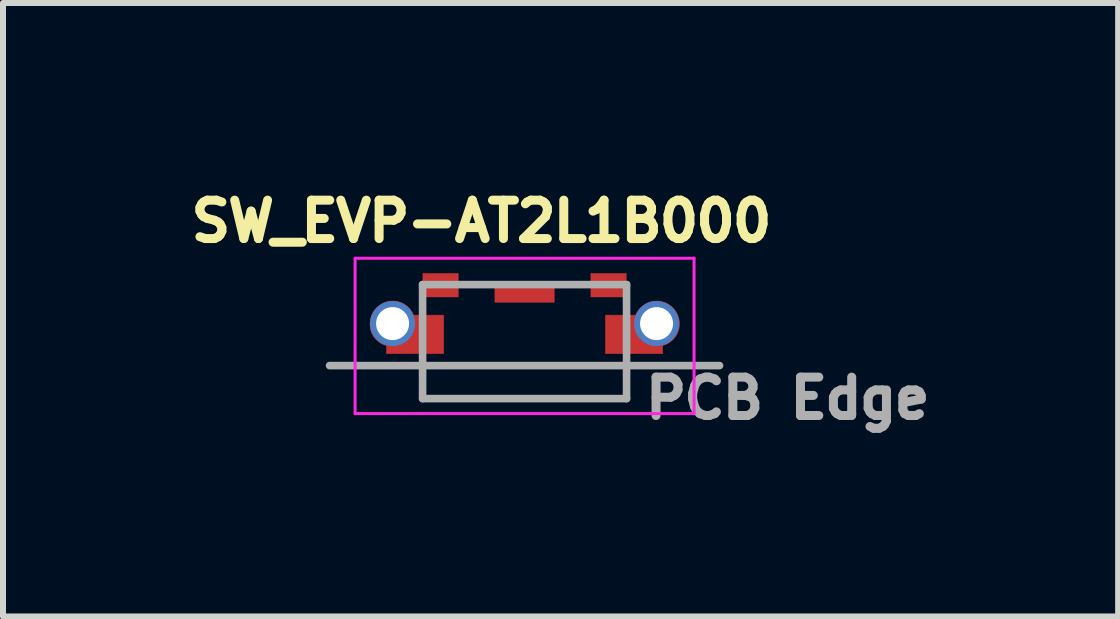
<source format=kicad_pcb>
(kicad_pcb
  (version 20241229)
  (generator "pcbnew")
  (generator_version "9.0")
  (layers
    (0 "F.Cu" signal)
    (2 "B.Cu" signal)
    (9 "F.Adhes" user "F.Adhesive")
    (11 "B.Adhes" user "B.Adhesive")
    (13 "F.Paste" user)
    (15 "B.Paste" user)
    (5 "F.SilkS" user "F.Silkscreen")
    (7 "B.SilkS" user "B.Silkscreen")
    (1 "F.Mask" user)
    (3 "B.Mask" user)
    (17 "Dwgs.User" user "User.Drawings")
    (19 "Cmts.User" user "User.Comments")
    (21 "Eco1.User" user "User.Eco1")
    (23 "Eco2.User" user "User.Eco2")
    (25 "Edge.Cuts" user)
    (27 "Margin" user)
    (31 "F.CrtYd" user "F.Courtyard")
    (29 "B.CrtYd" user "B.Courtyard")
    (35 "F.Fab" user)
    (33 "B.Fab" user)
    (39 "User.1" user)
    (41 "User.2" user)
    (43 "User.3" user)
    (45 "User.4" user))
  (footprint "SW_EVP-AT2L1B000"
    (layer "F.Cu")
    (at 5.694 3.044)
    (property "Reference" "SW_EVP-AT2L1B000" (at -0.718 -2.406 0) (layer "F.SilkS") (effects (font (size 0.64 0.64) (thickness 0.15))))
    (attr smd)
    (fp_poly (pts (xy -2.3 -0.325) (xy -2.215 -0.325) (xy -2.235 -0.326) (xy -2.254 -0.327) (xy -2.274 -0.33) (xy -2.293 -0.334) (xy -2.312 -0.338) (xy -2.331 -0.344) (xy -2.35 -0.351) (xy -2.368 -0.359) (xy -2.386 -0.368) (xy -2.403 -0.378) (xy -2.419 -0.388) (xy -2.435 -0.4) (xy -2.45 -0.412) (xy -2.465 -0.426) (xy -2.479 -0.44) (xy -2.492 -0.455) (xy -2.504 -0.47) (xy -2.516 -0.486) (xy -2.526 -0.503) (xy -2.536 -0.52) (xy -2.544 -0.538) (xy -2.552 -0.556) (xy -2.558 -0.575) (xy -2.564 -0.594) (xy -2.568 -0.613) (xy -2.572 -0.632) (xy -2.574 -0.652) (xy -2.576 -0.672) (xy -2.576 -0.691) (xy -2.575 -0.71) (xy -2.573 -0.731) (xy -2.571 -0.749) (xy -2.568 -0.768) (xy -2.564 -0.786) (xy -2.559 -0.804) (xy -2.553 -0.822) (xy -2.546 -0.84) (xy -2.538 -0.857) (xy -2.53 -0.873) (xy -2.521 -0.89) (xy -2.511 -0.905) (xy -2.5 -0.921) (xy -2.488 -0.936) (xy -2.476 -0.95) (xy -2.463 -0.963) (xy -2.449 -0.976) (xy -2.435 -0.989) (xy -2.421 -1) (xy -2.405 -1.011) (xy -2.389 -1.021) (xy -2.373 -1.03) (xy -2.356 -1.039) (xy -2.339 -1.046) (xy -2.322 -1.053) (xy -2.304 -1.059) (xy -2.286 -1.064) (xy -2.268 -1.068) (xy -2.249 -1.071) (xy -2.231 -1.074) (xy -2.215 -1.075) (xy -2.201 -1.075) (xy -2.185 -1.075) (xy -2.17 -1.074) (xy -2.155 -1.073) (xy -2.14 -1.071) (xy -2.125 -1.068) (xy -2.11 -1.065) (xy -2.095 -1.061) (xy -2.08 -1.056) (xy -2.066 -1.051) (xy -2.052 -1.045) (xy -2.038 -1.039) (xy -2.024 -1.032) (xy -2.011 -1.025) (xy -1.998 -1.016) (xy -1.985 -1.008) (xy -1.973 -0.999) (xy -1.961 -0.989) (xy -1.949 -0.979) (xy -1.938 -0.968) (xy -1.928 -0.957) (xy -1.917 -0.946) (xy -1.908 -0.934) (xy -1.899 -0.922) (xy -1.89 -0.909) (xy -1.882 -0.896) (xy -1.874 -0.882) (xy -1.867 -0.869) (xy -1.861 -0.855) (xy -1.855 -0.84) (xy -1.35 -0.84) (xy -1.35 -0.2) (xy -2.3 -0.2) (xy -2.3 -0.325)) (stroke (width 0.01) (type solid)) (fill yes) (layer "F.Cu"))
    (fp_poly (pts (xy 2.3 -0.325) (xy 2.21 -0.325) (xy 2.23 -0.326) (xy 2.25 -0.327) (xy 2.269 -0.33) (xy 2.289 -0.333) (xy 2.308 -0.338) (xy 2.327 -0.344) (xy 2.346 -0.351) (xy 2.364 -0.358) (xy 2.382 -0.367) (xy 2.399 -0.377) (xy 2.416 -0.387) (xy 2.432 -0.399) (xy 2.447 -0.411) (xy 2.462 -0.424) (xy 2.476 -0.438) (xy 2.49 -0.453) (xy 2.502 -0.468) (xy 2.514 -0.484) (xy 2.525 -0.501) (xy 2.535 -0.518) (xy 2.544 -0.535) (xy 2.552 -0.553) (xy 2.559 -0.572) (xy 2.565 -0.591) (xy 2.57 -0.61) (xy 2.574 -0.629) (xy 2.577 -0.649) (xy 2.579 -0.669) (xy 2.58 -0.688) (xy 2.58 -0.71) (xy 2.579 -0.728) (xy 2.577 -0.747) (xy 2.574 -0.766) (xy 2.569 -0.785) (xy 2.564 -0.804) (xy 2.558 -0.822) (xy 2.551 -0.841) (xy 2.543 -0.858) (xy 2.535 -0.876) (xy 2.525 -0.893) (xy 2.514 -0.909) (xy 2.503 -0.925) (xy 2.491 -0.94) (xy 2.478 -0.954) (xy 2.464 -0.968) (xy 2.45 -0.981) (xy 2.435 -0.994) (xy 2.419 -1.005) (xy 2.403 -1.016) (xy 2.386 -1.026) (xy 2.369 -1.035) (xy 2.352 -1.044) (xy 2.334 -1.051) (xy 2.315 -1.057) (xy 2.296 -1.063) (xy 2.277 -1.067) (xy 2.258 -1.071) (xy 2.239 -1.073) (xy 2.22 -1.075) (xy 2.2 -1.075) (xy 2.183 -1.074) (xy 2.168 -1.073) (xy 2.153 -1.072) (xy 2.139 -1.069) (xy 2.125 -1.067) (xy 2.11 -1.063) (xy 2.096 -1.059) (xy 2.082 -1.055) (xy 2.068 -1.05) (xy 2.055 -1.044) (xy 2.041 -1.038) (xy 2.028 -1.032) (xy 2.015 -1.024) (xy 2.003 -1.017) (xy 1.991 -1.009) (xy 1.979 -1) (xy 1.967 -0.991) (xy 1.956 -0.982) (xy 1.945 -0.972) (xy 1.935 -0.962) (xy 1.925 -0.951) (xy 1.915 -0.94) (xy 1.906 -0.928) (xy 1.897 -0.917) (xy 1.889 -0.904) (xy 1.881 -0.892) (xy 1.874 -0.879) (xy 1.867 -0.866) (xy 1.861 -0.853) (xy 1.855 -0.84) (xy 1.35 -0.84) (xy 1.35 -0.2) (xy 2.3 -0.2) (xy 2.3 -0.325)) (stroke (width 0.01) (type solid)) (fill yes) (layer "F.Cu"))
    (fp_poly (pts (xy -1.25 -0.94) (xy -1.25 -0.1) (xy -2.4 -0.1) (xy -2.4 -0.265) (xy -2.414 -0.272) (xy -2.431 -0.28) (xy -2.447 -0.289) (xy -2.462 -0.299) (xy -2.478 -0.31) (xy -2.493 -0.321) (xy -2.507 -0.332) (xy -2.521 -0.344) (xy -2.535 -0.357) (xy -2.548 -0.37) (xy -2.56 -0.384) (xy -2.572 -0.398) (xy -2.583 -0.413) (xy -2.594 -0.428) (xy -2.604 -0.444) (xy -2.614 -0.459) (xy -2.623 -0.476) (xy -2.631 -0.492) (xy -2.638 -0.509) (xy -2.645 -0.527) (xy -2.651 -0.544) (xy -2.657 -0.562) (xy -2.662 -0.58) (xy -2.666 -0.598) (xy -2.669 -0.616) (xy -2.672 -0.634) (xy -2.674 -0.653) (xy -2.675 -0.671) (xy -2.675 -0.69) (xy -2.675 -0.71) (xy -2.672 -0.75) (xy -2.665 -0.79) (xy -2.655 -0.83) (xy -2.642 -0.868) (xy -2.625 -0.906) (xy -2.605 -0.941) (xy -2.583 -0.975) (xy -2.557 -1.007) (xy -2.529 -1.037) (xy -2.498 -1.064) (xy -2.466 -1.088) (xy -2.431 -1.109) (xy -2.394 -1.128) (xy -2.357 -1.143) (xy -2.318 -1.155) (xy -2.278 -1.163) (xy -2.237 -1.168) (xy -2.196 -1.17) (xy -2.156 -1.168) (xy -2.115 -1.163) (xy -2.075 -1.154) (xy -2.036 -1.142) (xy -1.999 -1.126) (xy -1.962 -1.108) (xy -1.928 -1.086) (xy -1.895 -1.061) (xy -1.865 -1.034) (xy -1.837 -1.004) (xy -1.812 -0.972) (xy -1.79 -0.94) (xy -1.25 -0.94)) (stroke (width 0.01) (type solid)) (fill yes) (layer "F.Mask"))
    (fp_poly (pts (xy 1.25 -0.94) (xy 1.25 -0.1) (xy 2.4 -0.1) (xy 2.4 -0.265) (xy 2.415 -0.273) (xy 2.431 -0.282) (xy 2.446 -0.292) (xy 2.461 -0.302) (xy 2.476 -0.313) (xy 2.49 -0.324) (xy 2.504 -0.336) (xy 2.518 -0.348) (xy 2.531 -0.361) (xy 2.543 -0.374) (xy 2.555 -0.388) (xy 2.567 -0.402) (xy 2.578 -0.417) (xy 2.588 -0.432) (xy 2.598 -0.447) (xy 2.608 -0.463) (xy 2.616 -0.479) (xy 2.625 -0.495) (xy 2.632 -0.511) (xy 2.639 -0.528) (xy 2.646 -0.545) (xy 2.652 -0.563) (xy 2.657 -0.58) (xy 2.661 -0.598) (xy 2.665 -0.616) (xy 2.668 -0.633) (xy 2.671 -0.651) (xy 2.673 -0.67) (xy 2.674 -0.688) (xy 2.675 -0.71) (xy 2.673 -0.747) (xy 2.667 -0.787) (xy 2.657 -0.827) (xy 2.644 -0.865) (xy 2.628 -0.903) (xy 2.609 -0.939) (xy 2.587 -0.973) (xy 2.562 -1.005) (xy 2.534 -1.035) (xy 2.504 -1.062) (xy 2.471 -1.087) (xy 2.437 -1.109) (xy 2.401 -1.127) (xy 2.363 -1.143) (xy 2.324 -1.155) (xy 2.284 -1.164) (xy 2.244 -1.169) (xy 2.203 -1.171) (xy 2.163 -1.17) (xy 2.122 -1.164) (xy 2.082 -1.156) (xy 2.043 -1.144) (xy 2.006 -1.129) (xy 1.969 -1.11) (xy 1.935 -1.089) (xy 1.902 -1.064) (xy 1.872 -1.037) (xy 1.844 -1.007) (xy 1.818 -0.976) (xy 1.795 -0.94) (xy 1.25 -0.94)) (stroke (width 0.01) (type solid)) (fill yes) (layer "F.Mask"))
    (fp_poly (pts (xy -1.783 -0.735) (xy -1.455 -0.735) (xy -1.455 -0.305) (xy -2.087 -0.305) (xy -2.067 -0.312) (xy -2.05 -0.319) (xy -2.032 -0.327) (xy -2.016 -0.335) (xy -1.999 -0.344) (xy -1.983 -0.354) (xy -1.967 -0.365) (xy -1.952 -0.376) (xy -1.938 -0.388) (xy -1.924 -0.4) (xy -1.91 -0.413) (xy -1.897 -0.427) (xy -1.885 -0.441) (xy -1.873 -0.456) (xy -1.862 -0.471) (xy -1.851 -0.486) (xy -1.841 -0.503) (xy -1.832 -0.519) (xy -1.824 -0.536) (xy -1.816 -0.553) (xy -1.809 -0.571) (xy -1.803 -0.589) (xy -1.798 -0.607) (xy -1.793 -0.625) (xy -1.79 -0.643) (xy -1.787 -0.662) (xy -1.784 -0.681) (xy -1.783 -0.699) (xy -1.783 -0.718) (xy -1.783 -0.735) (xy -1.783 -0.735)) (stroke (width 0.01) (type solid)) (fill yes) (layer "F.Paste"))
    (fp_poly (pts (xy 1.783 -0.735) (xy 1.455 -0.735) (xy 1.455 -0.305) (xy 2.087 -0.305) (xy 2.067 -0.312) (xy 2.05 -0.319) (xy 2.032 -0.327) (xy 2.016 -0.335) (xy 1.999 -0.344) (xy 1.983 -0.354) (xy 1.967 -0.365) (xy 1.952 -0.376) (xy 1.938 -0.388) (xy 1.924 -0.4) (xy 1.91 -0.413) (xy 1.897 -0.427) (xy 1.885 -0.441) (xy 1.873 -0.456) (xy 1.862 -0.471) (xy 1.851 -0.486) (xy 1.841 -0.503) (xy 1.832 -0.519) (xy 1.824 -0.536) (xy 1.816 -0.553) (xy 1.809 -0.571) (xy 1.803 -0.589) (xy 1.798 -0.607) (xy 1.793 -0.625) (xy 1.79 -0.643) (xy 1.787 -0.662) (xy 1.784 -0.681) (xy 1.783 -0.699) (xy 1.783 -0.718) (xy 1.783 -0.735) (xy 1.783 -0.735)) (stroke (width 0.01) (type solid)) (fill yes) (layer "F.Paste"))
    (fp_line (start -2.825 -1.79) (end 2.825 -1.79) (stroke (width 0.05) (type solid)) (layer "F.CrtYd"))
    (fp_line (start -2.825 0.8) (end -2.825 -1.79) (stroke (width 0.05) (type solid)) (layer "F.CrtYd"))
    (fp_line (start 2.825 -1.79) (end 2.825 0.8) (stroke (width 0.05) (type solid)) (layer "F.CrtYd"))
    (fp_line (start 2.825 0.8) (end -2.825 0.8) (stroke (width 0.05) (type solid)) (layer "F.CrtYd"))
    (fp_line (start -3.25 0) (end 3.25 0) (stroke (width 0.127) (type solid)) (layer "F.Fab"))
    (fp_line (start -1.7 -1.35) (end -1.7 0.55) (stroke (width 0.127) (type solid)) (layer "F.Fab"))
    (fp_line (start -1.7 0.55) (end 1.7 0.55) (stroke (width 0.127) (type solid)) (layer "F.Fab"))
    (fp_line (start 1.7 -1.35) (end -1.7 -1.35) (stroke (width 0.127) (type solid)) (layer "F.Fab"))
    (fp_line (start 1.7 0.55) (end 1.7 -1.35) (stroke (width 0.127) (type solid)) (layer "F.Fab"))
    (fp_text user "PCB Edge" (at 4.386 0.544 0) (layer "F.Fab") (effects (font (size 0.64 0.64) (thickness 0.15))))
    (pad "1" smd rect (at 1.4 -1.34) (size 0.6 0.4) (layers "F.Cu" "F.Mask" "F.Paste"))
    (pad "2" smd rect (at -1.4 -1.34) (size 0.6 0.4) (layers "F.Cu" "F.Mask" "F.Paste"))
    (pad "P1" smd rect (at 0 -1.225) (size 1 0.35) (layers "F.Cu" "F.Mask" "F.Paste"))
    (pad "S1" thru_hole circle (at -2.2 -0.7) (size 0.75 0.75) (drill 0.55) (layers "*.Cu" "*.Mask"))
    (pad "S2" thru_hole circle (at 2.2 -0.7) (size 0.75 0.75) (drill 0.55) (layers "*.Cu" "*.Mask"))
    (zone (net_name "") (layer "F.Cu") (hatch full 0.508) (connect_pads) (min_thickness 0.01) (filled_areas_thickness no) (keepout (tracks not_allowed) (vias not_allowed) (pads not_allowed) (copperpour not_allowed) (footprints allowed)) (placement (enabled no)) (fill) (polygon (pts (xy 4.644 1.844) (xy 4.644 3.044) (xy 6.744 3.044) (xy 6.744 1.844) (xy 6.344 1.844) (xy 6.294 2.044) (xy 5.094 2.044) (xy 5.044 1.844))))
    (zone (net_name "") (layers "F.Cu" "B.Cu") (hatch full 0.508) (connect_pads) (min_thickness 0.01) (filled_areas_thickness no) (keepout (tracks allowed) (vias not_allowed) (pads allowed) (copperpour allowed) (footprints allowed)) (placement (enabled no)) (fill) (polygon (pts (xy 4.644 1.844) (xy 4.644 3.044) (xy 6.744 3.044) (xy 6.744 1.844) (xy 6.344 1.844) (xy 6.294 2.044) (xy 5.094 2.044) (xy 5.044 1.844)))))
  (gr_rect
    (start -3 -3)
    (end 15.588 7.226)
    (stroke (width 0.1) (type default))
    (fill no)
    (layer "Edge.Cuts")))
</source>
